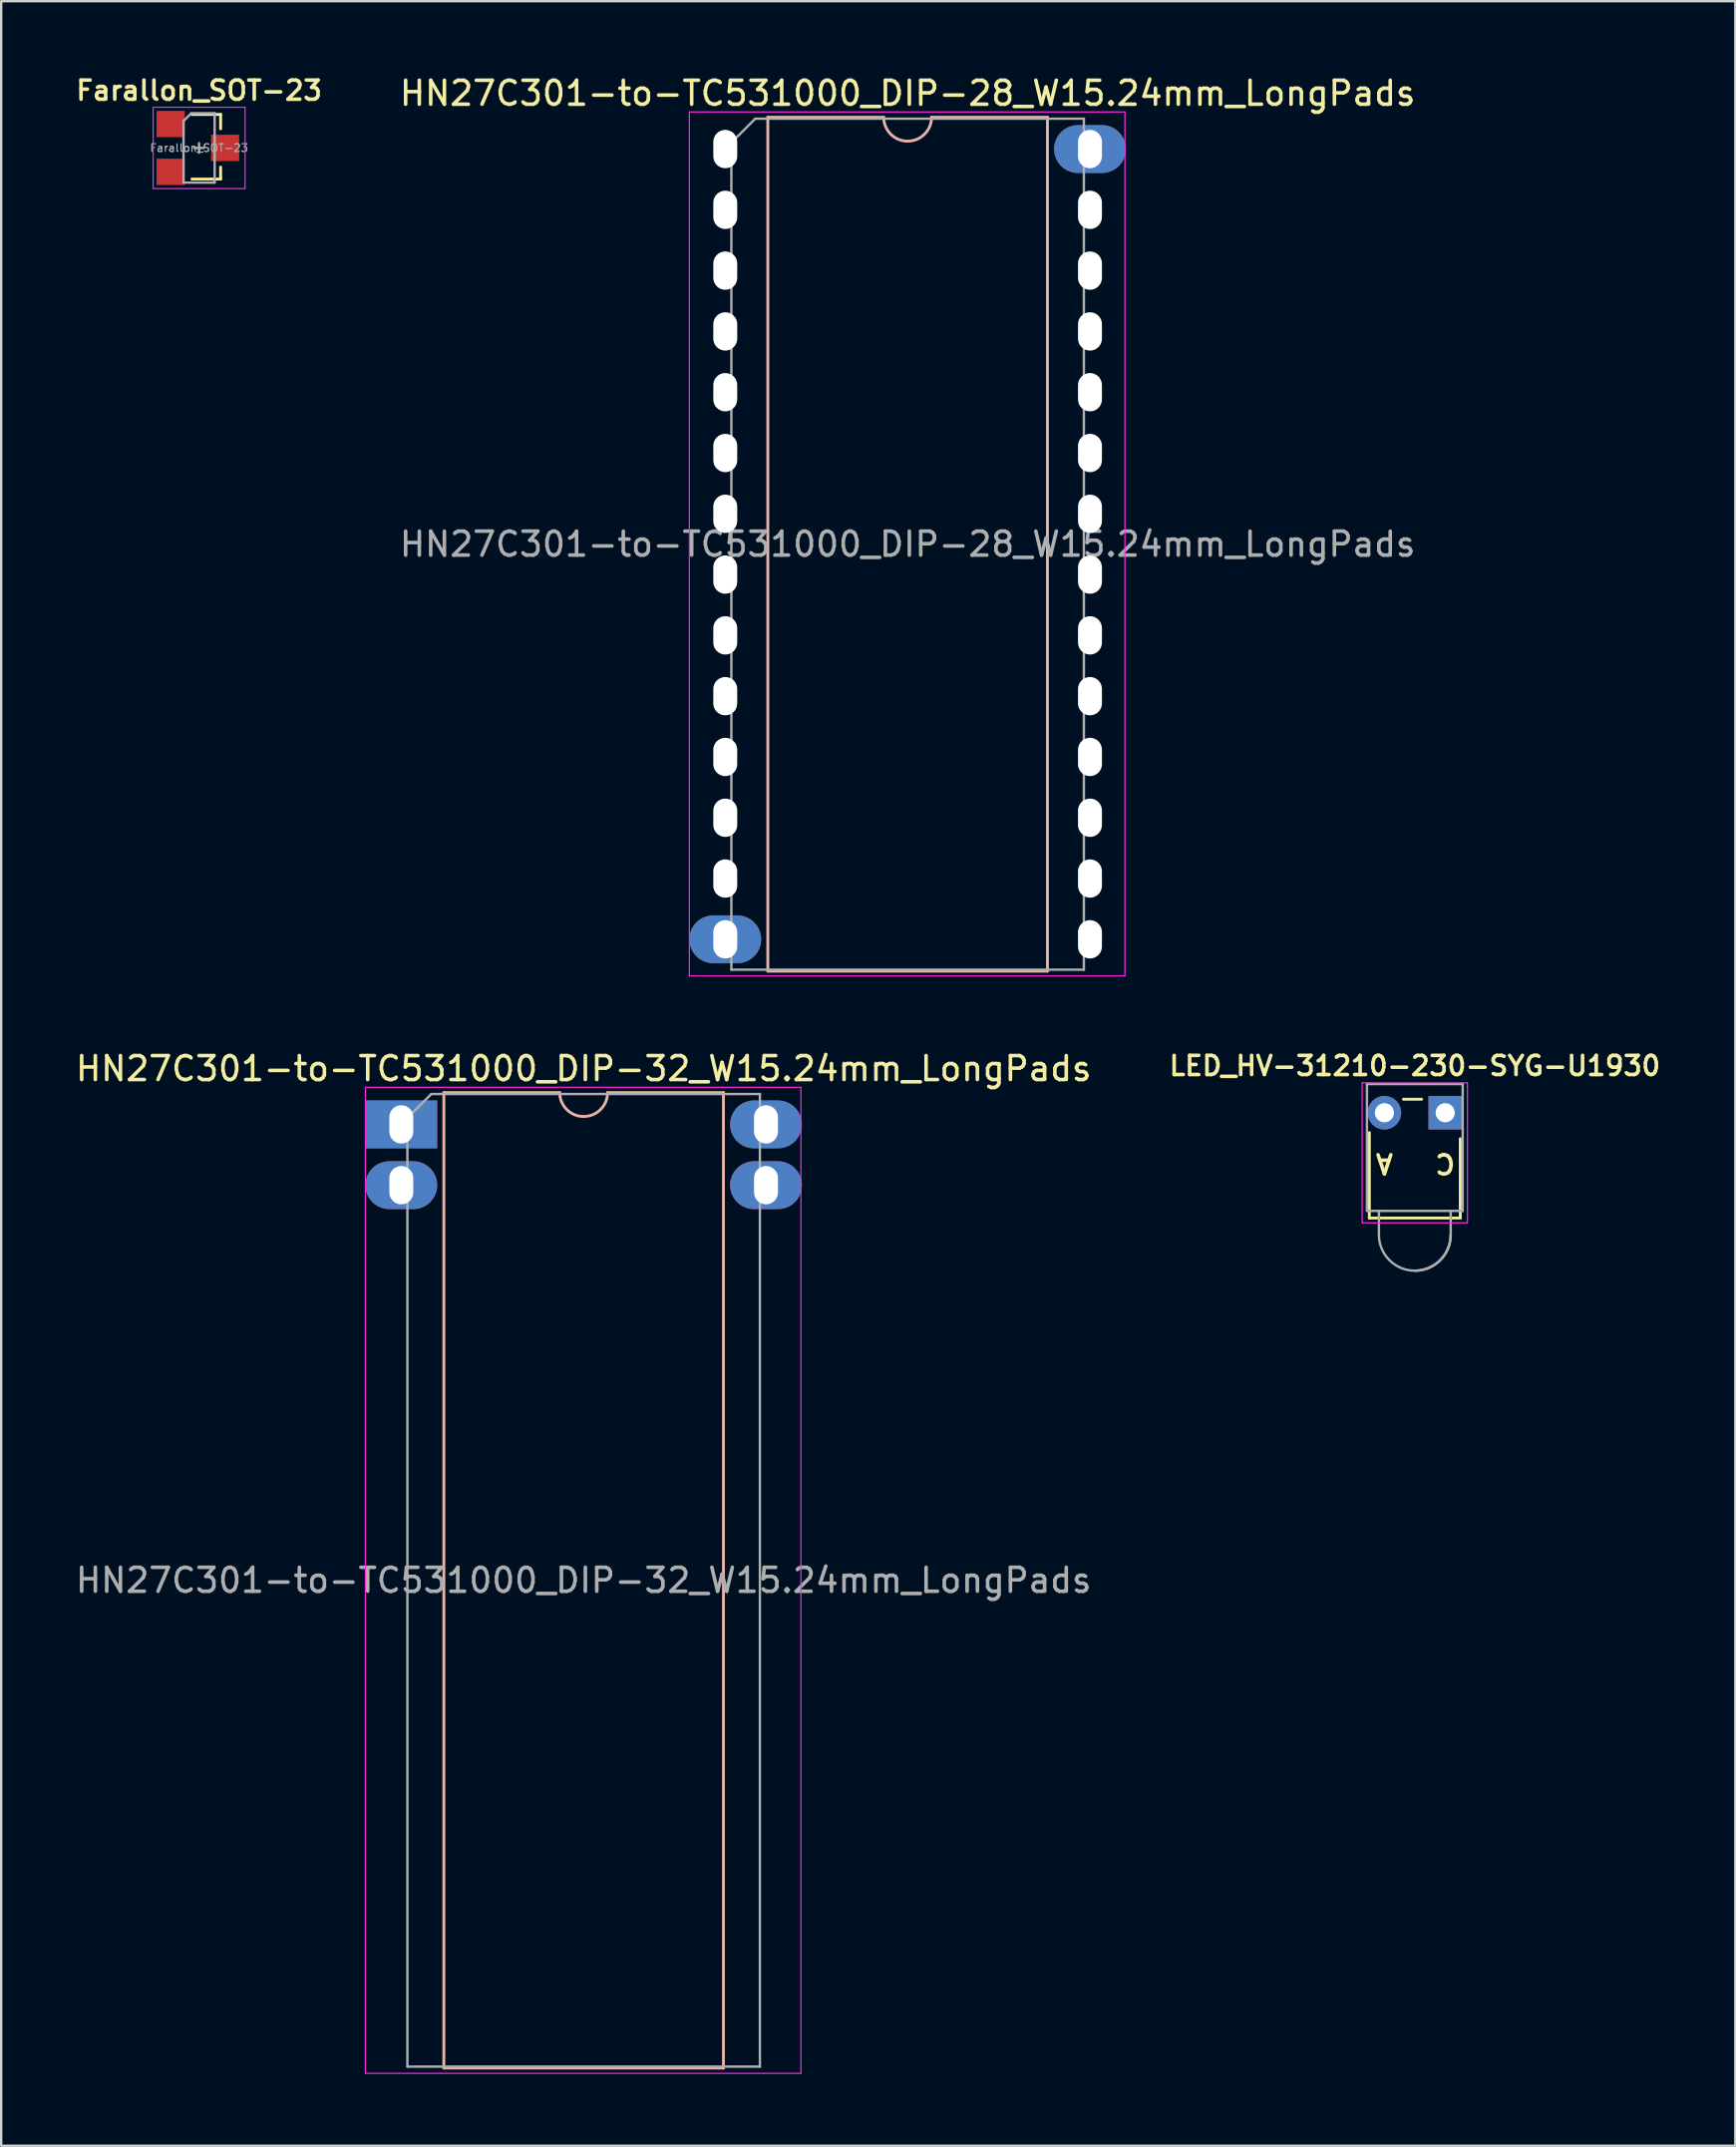
<source format=kicad_pcb>
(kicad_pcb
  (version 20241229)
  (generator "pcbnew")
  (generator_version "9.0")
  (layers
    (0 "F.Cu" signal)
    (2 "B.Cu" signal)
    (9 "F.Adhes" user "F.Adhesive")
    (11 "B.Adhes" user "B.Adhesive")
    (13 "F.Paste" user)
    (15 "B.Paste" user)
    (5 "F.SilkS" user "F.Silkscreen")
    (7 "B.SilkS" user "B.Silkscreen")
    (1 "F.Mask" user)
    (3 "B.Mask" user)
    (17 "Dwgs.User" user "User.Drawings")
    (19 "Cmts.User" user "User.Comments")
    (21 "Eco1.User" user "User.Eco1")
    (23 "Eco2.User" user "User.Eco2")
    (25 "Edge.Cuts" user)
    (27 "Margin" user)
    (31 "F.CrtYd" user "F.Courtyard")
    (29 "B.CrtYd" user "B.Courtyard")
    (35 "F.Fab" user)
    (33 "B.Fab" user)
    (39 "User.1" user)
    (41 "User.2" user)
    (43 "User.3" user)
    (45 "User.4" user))
  (footprint "Farallon_SOT-23"
    (layer "F.Cu")
    (at 5.269 3.131)
    (property "Reference" "Farallon_SOT-23" (at 0 -2.4 0) (layer "F.SilkS") (effects (font (size 0.8 0.8) (thickness 0.15))))
    (attr smd)
    (fp_line (start -0.3 -1.4) (end 0.9 -1.4) (stroke (width 0.12) (type default)) (layer "F.SilkS"))
    (fp_line (start 0.9 -1.4) (end 0.9 -0.8) (stroke (width 0.12) (type default)) (layer "F.SilkS"))
    (fp_line (start 0.9 0.8) (end 0.9 1.3) (stroke (width 0.12) (type default)) (layer "F.SilkS"))
    (fp_line (start 0.9 1.3) (end -0.3 1.3) (stroke (width 0.12) (type default)) (layer "F.SilkS"))
    (fp_line (start -1.92 -1.7) (end -1.92 1.7) (stroke (width 0.05) (type solid)) (layer "F.CrtYd"))
    (fp_line (start -1.92 1.7) (end 1.92 1.7) (stroke (width 0.05) (type solid)) (layer "F.CrtYd"))
    (fp_line (start 1.92 -1.7) (end -1.92 -1.7) (stroke (width 0.05) (type solid)) (layer "F.CrtYd"))
    (fp_line (start 1.92 1.7) (end 1.92 -1.7) (stroke (width 0.05) (type solid)) (layer "F.CrtYd"))
    (fp_line (start -0.65 -1.125) (end -0.325 -1.45) (stroke (width 0.1) (type solid)) (layer "F.Fab"))
    (fp_line (start -0.65 1.45) (end -0.65 -1.125) (stroke (width 0.1) (type solid)) (layer "F.Fab"))
    (fp_line (start -0.325 -1.45) (end 0.65 -1.45) (stroke (width 0.1) (type solid)) (layer "F.Fab"))
    (fp_line (start -0.2 0) (end 0.2 0) (stroke (width 0.1) (type default)) (layer "F.Fab"))
    (fp_line (start 0 -0.2) (end 0 0.2) (stroke (width 0.1) (type default)) (layer "F.Fab"))
    (fp_line (start 0.65 -1.45) (end 0.65 1.45) (stroke (width 0.1) (type solid)) (layer "F.Fab"))
    (fp_line (start 0.65 1.45) (end -0.65 1.45) (stroke (width 0.1) (type solid)) (layer "F.Fab"))
    (fp_text user "${REFERENCE}" (at 0 0 0) (layer "F.Fab") (effects (font (size 0.32 0.32) (thickness 0.05))))
    (pad "1" smd rect (at -1.188 -1) (size 1.175 1.1) (layers "F.Cu" "F.Mask" "F.Paste"))
    (pad "2" smd rect (at -1.188 1) (size 1.175 1.1) (layers "F.Cu" "F.Mask" "F.Paste"))
    (pad "3" smd rect (at 1.087 0) (size 1.175 1.1) (layers "F.Cu" "F.Mask" "F.Paste")))
  (footprint "HN27C301-to-TC531000_DIP-32_W15.24mm_LongPads"
    (layer "F.Cu")
    (at 13.719 43.931)
    (property "Reference" "HN27C301-to-TC531000_DIP-32_W15.24mm_LongPads" (at 7.62 -2.33 0) (layer "F.SilkS") (effects (font (size 1 1) (thickness 0.15))))
    (attr through_hole)
    (fp_line (start 1.778 -1.33) (end 1.778 39.43) (stroke (width 0.12) (type solid)) (layer "B.SilkS"))
    (fp_line (start 1.778 39.43) (end 13.462 39.43) (stroke (width 0.12) (type solid)) (layer "B.SilkS"))
    (fp_line (start 6.62 -1.33) (end 1.778 -1.33) (stroke (width 0.12) (type solid)) (layer "B.SilkS"))
    (fp_line (start 13.462 -1.33) (end 8.62 -1.33) (stroke (width 0.12) (type solid)) (layer "B.SilkS"))
    (fp_line (start 13.462 39.43) (end 13.462 -1.33) (stroke (width 0.12) (type solid)) (layer "B.SilkS"))
    (fp_arc (start 8.62 -1.33) (mid 7.62 -0.33) (end 6.62 -1.33) (stroke (width 0.12) (type solid)) (layer "B.SilkS"))
    (fp_line (start -1.5 -1.55) (end -1.5 39.65) (stroke (width 0.05) (type solid)) (layer "F.CrtYd"))
    (fp_line (start -1.5 39.65) (end 16.7 39.65) (stroke (width 0.05) (type solid)) (layer "F.CrtYd"))
    (fp_line (start 16.7 -1.55) (end -1.5 -1.55) (stroke (width 0.05) (type solid)) (layer "F.CrtYd"))
    (fp_line (start 16.7 39.65) (end 16.7 -1.55) (stroke (width 0.05) (type solid)) (layer "F.CrtYd"))
    (fp_line (start 0.255 -0.27) (end 1.255 -1.27) (stroke (width 0.1) (type solid)) (layer "F.Fab"))
    (fp_line (start 0.255 39.37) (end 0.255 -0.27) (stroke (width 0.1) (type solid)) (layer "F.Fab"))
    (fp_line (start 1.255 -1.27) (end 14.985 -1.27) (stroke (width 0.1) (type solid)) (layer "F.Fab"))
    (fp_line (start 14.985 -1.27) (end 14.985 39.37) (stroke (width 0.1) (type solid)) (layer "F.Fab"))
    (fp_line (start 14.985 39.37) (end 0.255 39.37) (stroke (width 0.1) (type solid)) (layer "F.Fab"))
    (fp_text user "${REFERENCE}" (at 7.62 19.05 0) (layer "F.Fab") (effects (font (size 1 1) (thickness 0.15))))
    (pad "1" thru_hole rect (at 0 0) (size 3 2) (drill oval 1 1.6) (layers "*.Cu" "*.Mask"))
    (pad "2" thru_hole oval (at 0 2.54) (size 3 2) (drill oval 1 1.6) (layers "*.Cu" "*.Mask"))
    (pad "31" thru_hole oval (at 15.24 2.54) (size 3 2) (drill oval 1 1.6) (layers "*.Cu" "*.Mask"))
    (pad "32" thru_hole oval (at 15.24 0) (size 3 2) (drill oval 1 1.6) (layers "*.Cu" "*.Mask")))
  (footprint "LED_HV-31210-230-SYG-U1930"
    (layer "F.Cu")
    (at 54.801 43.444)
    (property "Reference" "LED_HV-31210-230-SYG-U1930" (at 1.27 -1.96 0) (layer "F.SilkS") (effects (font (size 0.8 0.8) (thickness 0.15))))
    (attr through_hole)
    (fp_line (start -0.63 0.832) (end -0.63 4.4) (stroke (width 0.12) (type default)) (layer "F.SilkS"))
    (fp_line (start -0.63 4.4) (end 3.17 4.4) (stroke (width 0.12) (type default)) (layer "F.SilkS"))
    (fp_line (start 0.794 -0.565) (end 1.556 -0.565) (stroke (width 0.12) (type default)) (layer "F.SilkS"))
    (fp_line (start 3.17 1.086) (end 3.17 4.4) (stroke (width 0.12) (type default)) (layer "F.SilkS"))
    (fp_line (start -0.93 -1.25) (end -0.93 4.6) (stroke (width 0.05) (type solid)) (layer "F.CrtYd"))
    (fp_line (start -0.93 4.6) (end 3.47 4.6) (stroke (width 0.05) (type solid)) (layer "F.CrtYd"))
    (fp_line (start 3.47 -1.25) (end -0.93 -1.25) (stroke (width 0.05) (type solid)) (layer "F.CrtYd"))
    (fp_line (start 3.47 4.6) (end 3.47 -1.25) (stroke (width 0.05) (type solid)) (layer "F.CrtYd"))
    (fp_line (start -0.73 -1.2) (end -0.73 4.1) (stroke (width 0.1) (type default)) (layer "F.Fab"))
    (fp_line (start -0.73 4.1) (end 3.27 4.1) (stroke (width 0.1) (type default)) (layer "F.Fab"))
    (fp_line (start -0.23 5.1) (end -0.23 4.1) (stroke (width 0.1) (type default)) (layer "F.Fab"))
    (fp_line (start 2.77 5.1) (end 2.77 4.1) (stroke (width 0.1) (type default)) (layer "F.Fab"))
    (fp_line (start 3.27 -1.2) (end -0.73 -1.2) (stroke (width 0.1) (type default)) (layer "F.Fab"))
    (fp_line (start 3.27 4.1) (end 3.27 -1.2) (stroke (width 0.1) (type default)) (layer "F.Fab"))
    (fp_arc (start 2.77 5.1) (mid 1.27 6.6) (end -0.23 5.1) (stroke (width 0.1) (type default)) (layer "F.Fab"))
    (fp_arc (start 2.77 5.1) (mid 2.33066 6.16066) (end 1.27 6.6) (stroke (width 0.1) (type default)) (layer "F.Fab"))
    (fp_text user "C" (at 2.54 1.651 180) (unlocked yes) (layer "F.SilkS") (effects (font (size 0.8 0.8) (thickness 0.15)) (justify bottom)))
    (fp_text user "A" (at 0 1.651 180) (unlocked yes) (layer "F.SilkS") (effects (font (size 0.8 0.8) (thickness 0.15)) (justify bottom)))
    (pad "1" thru_hole rect (at 2.54 0) (size 1.4 1.4) (drill 0.8) (layers "*.Cu" "*.Mask"))
    (pad "2" thru_hole circle (at 0 0) (size 1.4 1.4) (drill 0.8) (layers "*.Cu" "*.Mask")))
  (footprint "HN27C301-to-TC531000_DIP-28_W15.24mm_LongPads"
    (layer "F.Cu")
    (at 27.257 3.178)
    (property "Reference" "HN27C301-to-TC531000_DIP-28_W15.24mm_LongPads" (at 7.62 -2.33 0) (layer "F.SilkS") (effects (font (size 1 1) (thickness 0.15))))
    (attr through_hole)
    (fp_line (start 1.778 -1.33) (end 1.778 34.35) (stroke (width 0.12) (type solid)) (layer "B.SilkS"))
    (fp_line (start 1.778 34.35) (end 13.462 34.35) (stroke (width 0.12) (type solid)) (layer "B.SilkS"))
    (fp_line (start 6.62 -1.33) (end 1.778 -1.33) (stroke (width 0.12) (type solid)) (layer "B.SilkS"))
    (fp_line (start 13.462 -1.33) (end 8.62 -1.33) (stroke (width 0.12) (type solid)) (layer "B.SilkS"))
    (fp_line (start 13.462 34.35) (end 13.462 -1.33) (stroke (width 0.12) (type solid)) (layer "B.SilkS"))
    (fp_arc (start 8.62 -1.33) (mid 7.62 -0.33) (end 6.62 -1.33) (stroke (width 0.12) (type solid)) (layer "B.SilkS"))
    (fp_line (start -1.5 -1.55) (end -1.5 34.55) (stroke (width 0.05) (type solid)) (layer "F.CrtYd"))
    (fp_line (start -1.5 34.55) (end 16.7 34.55) (stroke (width 0.05) (type solid)) (layer "F.CrtYd"))
    (fp_line (start 16.7 -1.55) (end -1.5 -1.55) (stroke (width 0.05) (type solid)) (layer "F.CrtYd"))
    (fp_line (start 16.7 34.55) (end 16.7 -1.55) (stroke (width 0.05) (type solid)) (layer "F.CrtYd"))
    (fp_line (start 0.255 -0.27) (end 1.255 -1.27) (stroke (width 0.1) (type solid)) (layer "F.Fab"))
    (fp_line (start 0.255 34.29) (end 0.255 -0.27) (stroke (width 0.1) (type solid)) (layer "F.Fab"))
    (fp_line (start 1.255 -1.27) (end 14.985 -1.27) (stroke (width 0.1) (type solid)) (layer "F.Fab"))
    (fp_line (start 14.985 -1.27) (end 14.985 34.29) (stroke (width 0.1) (type solid)) (layer "F.Fab"))
    (fp_line (start 14.985 34.29) (end 0.255 34.29) (stroke (width 0.1) (type solid)) (layer "F.Fab"))
    (fp_text user "${REFERENCE}" (at 7.62 16.51 0) (layer "F.Fab") (effects (font (size 1 1) (thickness 0.15))))
    (pad "" np_thru_hole oval (at 0 0) (size 1 1.6) (drill oval 1 1.6) (layers "*.Cu" "*.Mask"))
    (pad "" np_thru_hole oval (at 0 2.54) (size 1 1.6) (drill oval 1 1.6) (layers "*.Cu" "*.Mask"))
    (pad "" np_thru_hole oval (at 0 5.08) (size 1 1.6) (drill oval 1 1.6) (layers "*.Cu" "*.Mask"))
    (pad "" np_thru_hole oval (at 0 7.62) (size 1 1.6) (drill oval 1 1.6) (layers "*.Cu" "*.Mask"))
    (pad "" np_thru_hole oval (at 0 10.16) (size 1 1.6) (drill oval 1 1.6) (layers "*.Cu" "*.Mask"))
    (pad "" np_thru_hole oval (at 0 12.7) (size 1 1.6) (drill oval 1 1.6) (layers "*.Cu" "*.Mask"))
    (pad "" np_thru_hole oval (at 0 15.24) (size 1 1.6) (drill oval 1 1.6) (layers "*.Cu" "*.Mask"))
    (pad "" np_thru_hole oval (at 0 17.78) (size 1 1.6) (drill oval 1 1.6) (layers "*.Cu" "*.Mask"))
    (pad "" np_thru_hole oval (at 0 20.32) (size 1 1.6) (drill oval 1 1.6) (layers "*.Cu" "*.Mask"))
    (pad "" np_thru_hole oval (at 0 22.86) (size 1 1.6) (drill oval 1 1.6) (layers "*.Cu" "*.Mask"))
    (pad "" np_thru_hole oval (at 0 25.4) (size 1 1.6) (drill oval 1 1.6) (layers "*.Cu" "*.Mask"))
    (pad "" np_thru_hole oval (at 0 27.94) (size 1 1.6) (drill oval 1 1.6) (layers "*.Cu" "*.Mask"))
    (pad "" np_thru_hole oval (at 0 30.48) (size 1 1.6) (drill oval 1 1.6) (layers "*.Cu" "*.Mask"))
    (pad "" np_thru_hole oval (at 15.24 2.54) (size 1 1.6) (drill oval 1 1.6) (layers "*.Cu" "*.Mask"))
    (pad "" np_thru_hole oval (at 15.24 5.08) (size 1 1.6) (drill oval 1 1.6) (layers "*.Cu" "*.Mask"))
    (pad "" np_thru_hole oval (at 15.24 7.62) (size 1 1.6) (drill oval 1 1.6) (layers "*.Cu" "*.Mask"))
    (pad "" np_thru_hole oval (at 15.24 10.16) (size 1 1.6) (drill oval 1 1.6) (layers "*.Cu" "*.Mask"))
    (pad "" np_thru_hole oval (at 15.24 12.7) (size 1 1.6) (drill oval 1 1.6) (layers "*.Cu" "*.Mask"))
    (pad "" np_thru_hole oval (at 15.24 15.24) (size 1 1.6) (drill oval 1 1.6) (layers "*.Cu" "*.Mask"))
    (pad "" np_thru_hole oval (at 15.24 17.78) (size 1 1.6) (drill oval 1 1.6) (layers "*.Cu" "*.Mask"))
    (pad "" np_thru_hole oval (at 15.24 20.32) (size 1 1.6) (drill oval 1 1.6) (layers "*.Cu" "*.Mask"))
    (pad "" np_thru_hole oval (at 15.24 22.86) (size 1 1.6) (drill oval 1 1.6) (layers "*.Cu" "*.Mask"))
    (pad "" np_thru_hole oval (at 15.24 25.4) (size 1 1.6) (drill oval 1 1.6) (layers "*.Cu" "*.Mask"))
    (pad "" np_thru_hole oval (at 15.24 27.94) (size 1 1.6) (drill oval 1 1.6) (layers "*.Cu" "*.Mask"))
    (pad "" np_thru_hole oval (at 15.24 30.48) (size 1 1.6) (drill oval 1 1.6) (layers "*.Cu" "*.Mask"))
    (pad "" np_thru_hole oval (at 15.24 33.02) (size 1 1.6) (drill oval 1 1.6) (layers "*.Cu" "*.Mask"))
    (pad "14" thru_hole oval (at 0 33.02) (size 3 2) (drill oval 1 1.6) (layers "*.Cu" "*.Mask"))
    (pad "28" thru_hole oval (at 15.24 0) (size 3 2) (drill oval 1 1.6) (layers "*.Cu" "*.Mask")))
  (gr_rect
    (start -3 -3)
    (end 69.464 86.606)
    (stroke (width 0.1) (type default))
    (fill no)
    (layer "Edge.Cuts")))
</source>
